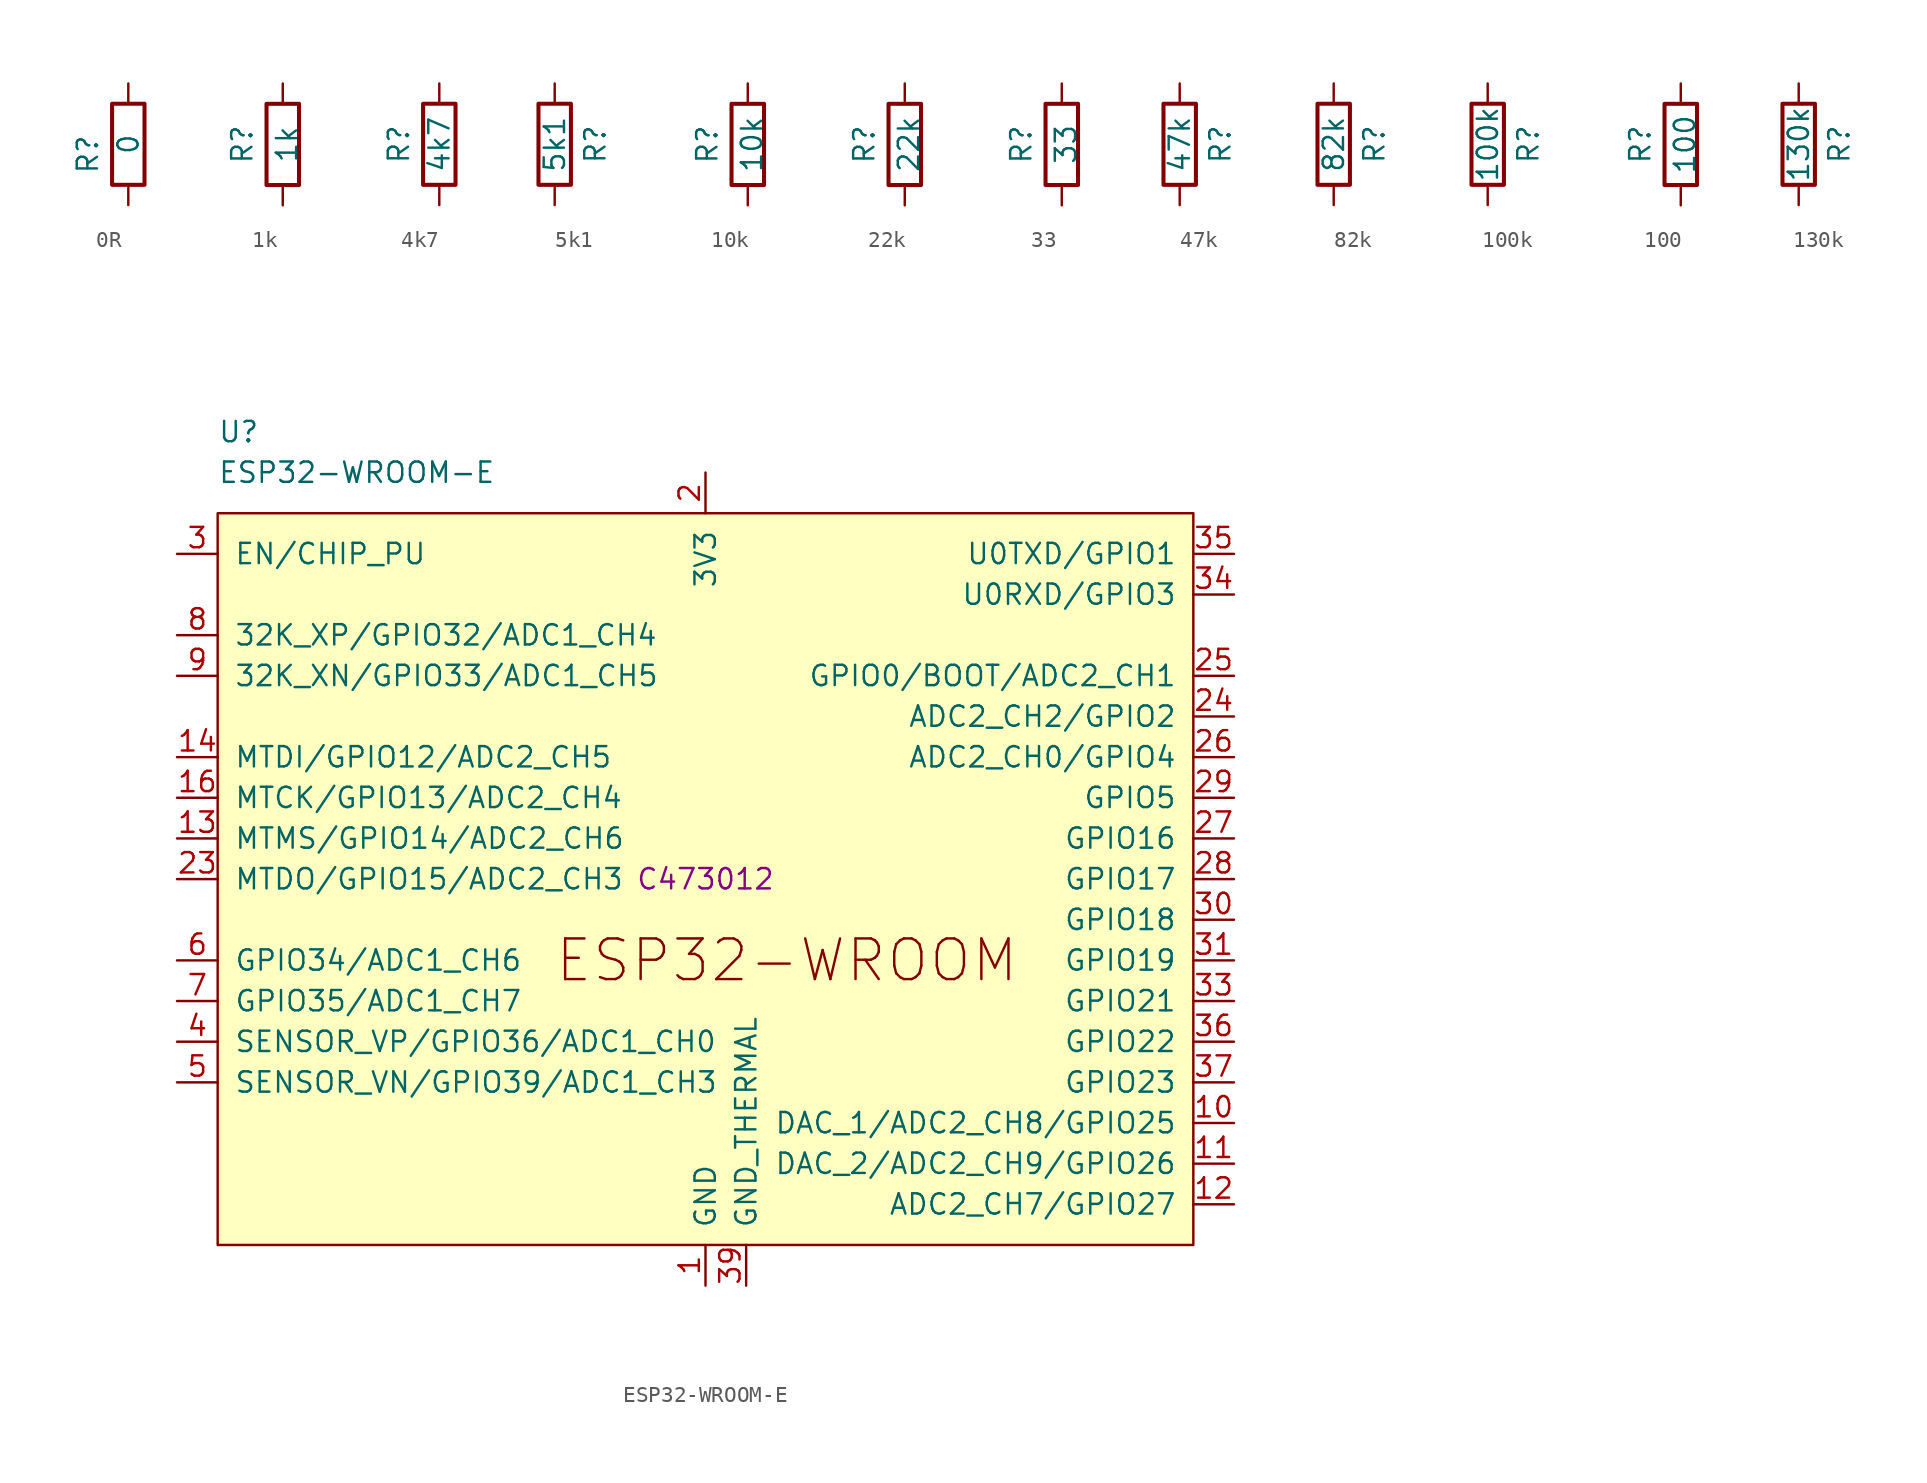
<source format=kicad_sym>
(kicad_symbol_lib
  (version 20220914)
  (generator kicad_symbol_editor)
  (symbol "0R"
    (pin_numbers hide)
    (pin_names
      (offset 0))
    (property "Reference" "R"
      (at -2.54 -0.635 90)
      (effects (font (size 1.27 1.27))))
    (property "Value" "0"
      (at 0 0 90)
      (effects (font (size 1.27 1.27))))
    (symbol "0R_0_1"
      (rectangle (start -1.016 -2.54) (end 1.016 2.54) (stroke (width 0.254) (type default)) (fill (type none))))
    (symbol "0R_1_1"
      (pin passive line (at 0 3.81 270) (length 1.27) (name "~" (effects (font (size 1.27 1.27)))) (number "1" (effects (font (size 1.27 1.27)))))
      (pin passive line (at 0 -3.81 90) (length 1.27) (name "~" (effects (font (size 1.27 1.27)))) (number "2" (effects (font (size 1.27 1.27)))))))
  (symbol "1k"
    (pin_numbers hide)
    (pin_names
      (offset 0))
    (property "Reference" "R"
      (at -2.54 0 90)
      (effects (font (size 1.27 1.27))))
    (property "Value" "1k"
      (at 0.254 0 90)
      (effects (font (size 1.27 1.27))))
    (symbol "1k_0_1"
      (rectangle (start -1.016 -2.54) (end 1.016 2.54) (stroke (width 0.254) (type default)) (fill (type none))))
    (symbol "1k_1_1"
      (pin passive line (at 0 3.81 270) (length 1.27) (name "~" (effects (font (size 1.27 1.27)))) (number "1" (effects (font (size 1.27 1.27)))))
      (pin passive line (at 0 -3.81 90) (length 1.27) (name "~" (effects (font (size 1.27 1.27)))) (number "2" (effects (font (size 1.27 1.27)))))))
  (symbol "4k7"
    (pin_numbers hide)
    (pin_names
      (offset 0))
    (property "Reference" "R"
      (at -2.54 0 90)
      (effects (font (size 1.27 1.27))))
    (property "Value" "4k7"
      (at 0 0 90)
      (effects (font (size 1.27 1.27))))
    (symbol "4k7_0_1"
      (rectangle (start -1.016 -2.54) (end 1.016 2.54) (stroke (width 0.254) (type default)) (fill (type none))))
    (symbol "4k7_1_1"
      (pin passive line (at 0 3.81 270) (length 1.27) (name "~" (effects (font (size 1.27 1.27)))) (number "1" (effects (font (size 1.27 1.27)))))
      (pin passive line (at 0 -3.81 90) (length 1.27) (name "~" (effects (font (size 1.27 1.27)))) (number "2" (effects (font (size 1.27 1.27)))))))
  (symbol "5k1"
    (pin_numbers hide)
    (pin_names
      (offset 0))
    (property "Reference" "R"
      (at 2.54 0 90)
      (effects (font (size 1.27 1.27))))
    (property "Value" "5k1"
      (at 0 0 90)
      (effects (font (size 1.27 1.27))))
    (symbol "5k1_0_1"
      (rectangle (start -1.016 -2.54) (end 1.016 2.54) (stroke (width 0.254) (type default)) (fill (type none))))
    (symbol "5k1_1_1"
      (pin passive line (at 0 3.81 270) (length 1.27) (name "~" (effects (font (size 1.27 1.27)))) (number "1" (effects (font (size 1.27 1.27)))))
      (pin passive line (at 0 -3.81 90) (length 1.27) (name "~" (effects (font (size 1.27 1.27)))) (number "2" (effects (font (size 1.27 1.27)))))))
  (symbol "10k"
    (pin_numbers hide)
    (pin_names
      (offset 0))
    (property "Reference" "R"
      (at -2.54 0 90)
      (effects (font (size 1.27 1.27))))
    (property "Value" "10k"
      (at 0.254 0 90)
      (effects (font (size 1.27 1.27))))
    (symbol "10k_0_1"
      (rectangle (start -1.016 -2.54) (end 1.016 2.54) (stroke (width 0.254) (type default)) (fill (type none))))
    (symbol "10k_1_1"
      (pin passive line (at 0 3.81 270) (length 1.27) (name "~" (effects (font (size 1.27 1.27)))) (number "1" (effects (font (size 1.27 1.27)))))
      (pin passive line (at 0 -3.81 90) (length 1.27) (name "~" (effects (font (size 1.27 1.27)))) (number "2" (effects (font (size 1.27 1.27)))))))
  (symbol "22k"
    (pin_numbers hide)
    (pin_names
      (offset 0))
    (property "Reference" "R"
      (at -2.54 0 90)
      (effects (font (size 1.27 1.27))))
    (property "Value" "22k"
      (at 0.254 0 90)
      (effects (font (size 1.27 1.27))))
    (symbol "22k_0_1"
      (rectangle (start -1.016 -2.54) (end 1.016 2.54) (stroke (width 0.254) (type default)) (fill (type none))))
    (symbol "22k_1_1"
      (pin passive line (at 0 3.81 270) (length 1.27) (name "~" (effects (font (size 1.27 1.27)))) (number "1" (effects (font (size 1.27 1.27)))))
      (pin passive line (at 0 -3.81 90) (length 1.27) (name "~" (effects (font (size 1.27 1.27)))) (number "2" (effects (font (size 1.27 1.27)))))))
  (symbol "33"
    (pin_numbers hide)
    (pin_names
      (offset 0))
    (property "Reference" "R"
      (at -2.54 0 90)
      (effects (font (size 1.27 1.27))))
    (property "Value" "33"
      (at 0.254 0 90)
      (effects (font (size 1.27 1.27))))
    (symbol "33_0_1"
      (rectangle (start -1.016 -2.54) (end 1.016 2.54) (stroke (width 0.254) (type default)) (fill (type none))))
    (symbol "33_1_1"
      (pin passive line (at 0 3.81 270) (length 1.27) (name "~" (effects (font (size 1.27 1.27)))) (number "1" (effects (font (size 1.27 1.27)))))
      (pin passive line (at 0 -3.81 90) (length 1.27) (name "~" (effects (font (size 1.27 1.27)))) (number "2" (effects (font (size 1.27 1.27)))))))
  (symbol "47k"
    (pin_numbers hide)
    (pin_names
      (offset 0))
    (property "Reference" "R"
      (at 2.54 0 90)
      (effects (font (size 1.27 1.27))))
    (property "Value" "47k"
      (at 0 0 90)
      (effects (font (size 1.27 1.27))))
    (symbol "47k_0_1"
      (rectangle (start -1.016 -2.54) (end 1.016 2.54) (stroke (width 0.254) (type default)) (fill (type none))))
    (symbol "47k_1_1"
      (pin passive line (at 0 3.81 270) (length 1.27) (name "~" (effects (font (size 1.27 1.27)))) (number "1" (effects (font (size 1.27 1.27)))))
      (pin passive line (at 0 -3.81 90) (length 1.27) (name "~" (effects (font (size 1.27 1.27)))) (number "2" (effects (font (size 1.27 1.27)))))))
  (symbol "82k"
    (pin_numbers hide)
    (pin_names
      (offset 0))
    (property "Reference" "R"
      (at 2.54 0 90)
      (effects (font (size 1.27 1.27))))
    (property "Value" "82k"
      (at 0 0 90)
      (effects (font (size 1.27 1.27))))
    (symbol "82k_0_1"
      (rectangle (start -1.016 -2.54) (end 1.016 2.54) (stroke (width 0.254) (type default)) (fill (type none))))
    (symbol "82k_1_1"
      (pin passive line (at 0 3.81 270) (length 1.27) (name "~" (effects (font (size 1.27 1.27)))) (number "1" (effects (font (size 1.27 1.27)))))
      (pin passive line (at 0 -3.81 90) (length 1.27) (name "~" (effects (font (size 1.27 1.27)))) (number "2" (effects (font (size 1.27 1.27)))))))
  (symbol "100k"
    (pin_numbers hide)
    (pin_names
      (offset 0))
    (property "Reference" "R"
      (at 2.54 0 90)
      (effects (font (size 1.27 1.27))))
    (property "Value" "100k"
      (at 0 0 90)
      (effects (font (size 1.27 1.27))))
    (symbol "100k_0_1"
      (rectangle (start -1.016 -2.54) (end 1.016 2.54) (stroke (width 0.254) (type default)) (fill (type none))))
    (symbol "100k_1_1"
      (pin passive line (at 0 3.81 270) (length 1.27) (name "~" (effects (font (size 1.27 1.27)))) (number "1" (effects (font (size 1.27 1.27)))))
      (pin passive line (at 0 -3.81 90) (length 1.27) (name "~" (effects (font (size 1.27 1.27)))) (number "2" (effects (font (size 1.27 1.27)))))))
  (symbol "100"
    (pin_numbers hide)
    (pin_names
      (offset 0))
    (property "Reference" "R"
      (at -2.54 0 90)
      (effects (font (size 1.27 1.27))))
    (property "Value" "100"
      (at 0.254 0 90)
      (effects (font (size 1.27 1.27))))
    (symbol "100_0_1"
      (rectangle (start -1.016 -2.54) (end 1.016 2.54) (stroke (width 0.254) (type default)) (fill (type none))))
    (symbol "100_1_1"
      (pin passive line (at 0 3.81 270) (length 1.27) (name "~" (effects (font (size 1.27 1.27)))) (number "1" (effects (font (size 1.27 1.27)))))
      (pin passive line (at 0 -3.81 90) (length 1.27) (name "~" (effects (font (size 1.27 1.27)))) (number "2" (effects (font (size 1.27 1.27)))))))
  (symbol "130k"
    (pin_numbers hide)
    (pin_names
      (offset 0))
    (property "Reference" "R"
      (at 2.54 0 90)
      (effects (font (size 1.27 1.27))))
    (property "Value" "130k"
      (at 0 0 90)
      (effects (font (size 1.27 1.27))))
    (symbol "130k_0_1"
      (rectangle (start -1.016 -2.54) (end 1.016 2.54) (stroke (width 0.254) (type default)) (fill (type none))))
    (symbol "130k_1_1"
      (pin passive line (at 0 3.81 270) (length 1.27) (name "~" (effects (font (size 1.27 1.27)))) (number "1" (effects (font (size 1.27 1.27)))))
      (pin passive line (at 0 -3.81 90) (length 1.27) (name "~" (effects (font (size 1.27 1.27)))) (number "2" (effects (font (size 1.27 1.27)))))))
  (symbol "ESP32-WROOM-E"
    (pin_names
      (offset 1.016))
    (property "Reference" "U"
      (at -30.48 27.94 0)
      (effects (font (size 1.27 1.27)) (justify left)))
    (property "Value" "ESP32-WROOM-E"
      (at -30.48 25.4 0)
      (effects (font (size 1.27 1.27)) (justify left)))
    (property "MPN" "C473012"
      (at 0 0 0)
      (effects (font (size 1.27 1.27))))
    (symbol "ESP32-WROOM-E_0_1"
      (rectangle (start -30.48 22.86) (end 30.48 -22.86) (stroke (width 0) (type default)) (fill (type background))))
    (symbol "ESP32-WROOM-E_1_1"
      (text "ESP32-­WROOM­" (at 5.08 -5.08 0) (effects (font (size 2.54 2.54))))
      (pin power_in line (at 0 -25.4 90) (length 2.54) (name "GND" (effects (font (size 1.27 1.27)))) (number "1" (effects (font (size 1.27 1.27)))))
      (pin bidirectional line (at 33.02 -15.24 180) (length 2.54) (name "DAC_1/ADC2_CH8/GPIO25" (effects (font (size 1.27 1.27)))) (number "10" (effects (font (size 1.27 1.27)))))
      (pin bidirectional line (at 33.02 -17.78 180) (length 2.54) (name "DAC_2/ADC2_CH9/GPIO26" (effects (font (size 1.27 1.27)))) (number "11" (effects (font (size 1.27 1.27)))))
      (pin bidirectional line (at 33.02 -20.32 180) (length 2.54) (name "ADC2_CH7/GPIO27" (effects (font (size 1.27 1.27)))) (number "12" (effects (font (size 1.27 1.27)))))
      (pin bidirectional line (at -33.02 2.54 0) (length 2.54) (name "MTMS/GPIO14/ADC2_CH6" (effects (font (size 1.27 1.27)))) (number "13" (effects (font (size 1.27 1.27)))))
      (pin bidirectional line (at -33.02 7.62 0) (length 2.54) (name "MTDI/GPIO12/ADC2_CH5" (effects (font (size 1.27 1.27)))) (number "14" (effects (font (size 1.27 1.27)))))
      (pin passive line (at 0 -25.4 90) (length 2.54) hide (name "GND" (effects (font (size 1.27 1.27)))) (number "15" (effects (font (size 1.27 1.27)))))
      (pin bidirectional line (at -33.02 5.08 0) (length 2.54) (name "MTCK/GPIO13/ADC2_CH4" (effects (font (size 1.27 1.27)))) (number "16" (effects (font (size 1.27 1.27)))))
      (pin power_in line (at 0 25.4 270) (length 2.54) (name "3V3" (effects (font (size 1.27 1.27)))) (number "2" (effects (font (size 1.27 1.27)))))
      (pin bidirectional line (at -33.02 0 0) (length 2.54) (name "MTDO/GPIO15/ADC2_CH3" (effects (font (size 1.27 1.27)))) (number "23" (effects (font (size 1.27 1.27)))))
      (pin bidirectional line (at 33.02 10.16 180) (length 2.54) (name "ADC2_CH2/GPIO2" (effects (font (size 1.27 1.27)))) (number "24" (effects (font (size 1.27 1.27)))))
      (pin bidirectional line (at 33.02 12.7 180) (length 2.54) (name "GPIO0/BOOT/ADC2_CH1" (effects (font (size 1.27 1.27)))) (number "25" (effects (font (size 1.27 1.27)))))
      (pin bidirectional line (at 33.02 7.62 180) (length 2.54) (name "ADC2_CH0/GPIO4" (effects (font (size 1.27 1.27)))) (number "26" (effects (font (size 1.27 1.27)))))
      (pin bidirectional line (at 33.02 2.54 180) (length 2.54) (name "GPIO16" (effects (font (size 1.27 1.27)))) (number "27" (effects (font (size 1.27 1.27)))))
      (pin bidirectional line (at 33.02 0 180) (length 2.54) (name "GPIO17" (effects (font (size 1.27 1.27)))) (number "28" (effects (font (size 1.27 1.27)))))
      (pin bidirectional line (at 33.02 5.08 180) (length 2.54) (name "GPIO5" (effects (font (size 1.27 1.27)))) (number "29" (effects (font (size 1.27 1.27)))))
      (pin input line (at -33.02 20.32 0) (length 2.54) (name "EN/CHIP_PU" (effects (font (size 1.27 1.27)))) (number "3" (effects (font (size 1.27 1.27)))))
      (pin bidirectional line (at 33.02 -2.54 180) (length 2.54) (name "GPIO18" (effects (font (size 1.27 1.27)))) (number "30" (effects (font (size 1.27 1.27)))))
      (pin bidirectional line (at 33.02 -5.08 180) (length 2.54) (name "GPIO19" (effects (font (size 1.27 1.27)))) (number "31" (effects (font (size 1.27 1.27)))))
      (pin bidirectional line (at 33.02 -7.62 180) (length 2.54) (name "GPIO21" (effects (font (size 1.27 1.27)))) (number "33" (effects (font (size 1.27 1.27)))))
      (pin bidirectional line (at 33.02 17.78 180) (length 2.54) (name "U0RXD/GPIO3" (effects (font (size 1.27 1.27)))) (number "34" (effects (font (size 1.27 1.27)))))
      (pin bidirectional line (at 33.02 20.32 180) (length 2.54) (name "U0TXD/GPIO1" (effects (font (size 1.27 1.27)))) (number "35" (effects (font (size 1.27 1.27)))))
      (pin bidirectional line (at 33.02 -10.16 180) (length 2.54) (name "GPIO22" (effects (font (size 1.27 1.27)))) (number "36" (effects (font (size 1.27 1.27)))))
      (pin bidirectional line (at 33.02 -12.7 180) (length 2.54) (name "GPIO23" (effects (font (size 1.27 1.27)))) (number "37" (effects (font (size 1.27 1.27)))))
      (pin passive line (at 0 -25.4 90) (length 2.54) hide (name "GND" (effects (font (size 1.27 1.27)))) (number "38" (effects (font (size 1.27 1.27)))))
      (pin power_in line (at 2.54 -25.4 90) (length 2.54) (name "GND_THERMAL" (effects (font (size 1.27 1.27)))) (number "39" (effects (font (size 1.27 1.27)))))
      (pin input line (at -33.02 -10.16 0) (length 2.54) (name "SENSOR_VP/GPIO36/ADC1_CH0" (effects (font (size 1.27 1.27)))) (number "4" (effects (font (size 1.27 1.27)))))
      (pin input line (at -33.02 -12.7 0) (length 2.54) (name "SENSOR_VN/GPIO39/ADC1_CH3" (effects (font (size 1.27 1.27)))) (number "5" (effects (font (size 1.27 1.27)))))
      (pin input line (at -33.02 -5.08 0) (length 2.54) (name "GPIO34/ADC1_CH6" (effects (font (size 1.27 1.27)))) (number "6" (effects (font (size 1.27 1.27)))))
      (pin input line (at -33.02 -7.62 0) (length 2.54) (name "GPIO35/ADC1_CH7" (effects (font (size 1.27 1.27)))) (number "7" (effects (font (size 1.27 1.27)))))
      (pin bidirectional line (at -33.02 15.24 0) (length 2.54) (name "32K_XP/GPIO32/ADC1_CH4" (effects (font (size 1.27 1.27)))) (number "8" (effects (font (size 1.27 1.27)))))
      (pin bidirectional line (at -33.02 12.7 0) (length 2.54) (name "32K_XN/GPIO33/ADC1_CH5" (effects (font (size 1.27 1.27)))) (number "9" (effects (font (size 1.27 1.27))))))))
</source>
